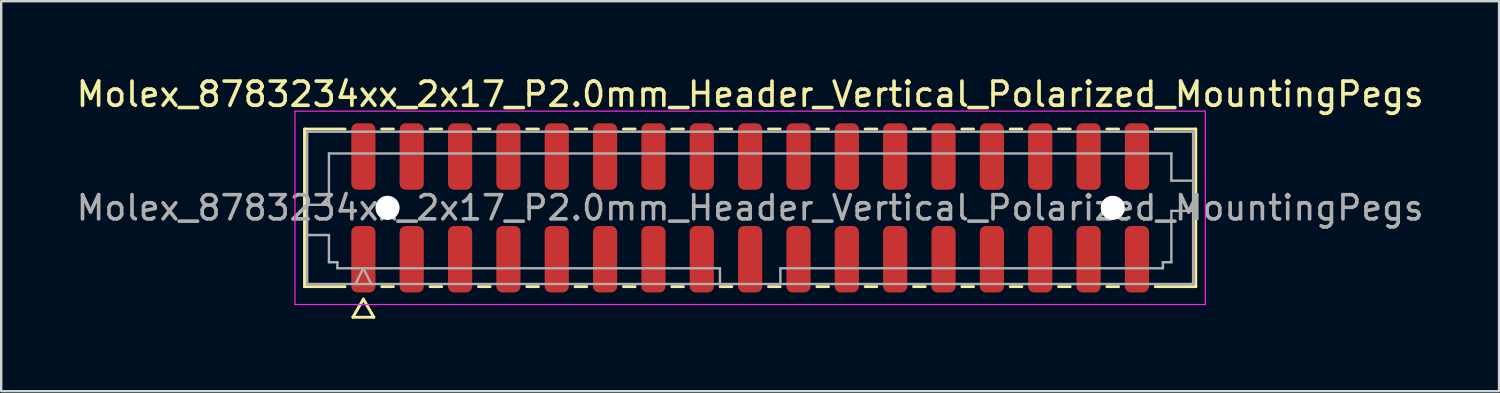
<source format=kicad_pcb>
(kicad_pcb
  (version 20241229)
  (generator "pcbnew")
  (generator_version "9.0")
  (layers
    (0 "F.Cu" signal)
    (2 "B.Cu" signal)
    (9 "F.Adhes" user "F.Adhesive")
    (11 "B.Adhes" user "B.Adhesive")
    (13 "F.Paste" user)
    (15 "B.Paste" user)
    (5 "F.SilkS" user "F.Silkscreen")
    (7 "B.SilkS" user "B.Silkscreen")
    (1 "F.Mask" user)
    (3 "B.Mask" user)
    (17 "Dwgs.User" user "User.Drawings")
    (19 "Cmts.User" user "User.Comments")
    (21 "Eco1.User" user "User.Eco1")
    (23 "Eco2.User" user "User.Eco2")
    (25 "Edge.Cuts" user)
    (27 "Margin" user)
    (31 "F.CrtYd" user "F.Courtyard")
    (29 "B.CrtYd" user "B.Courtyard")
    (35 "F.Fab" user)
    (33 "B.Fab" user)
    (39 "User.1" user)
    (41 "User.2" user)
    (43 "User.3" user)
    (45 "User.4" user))
  (footprint "Molex_8783234xx_2x17_P2.0mm_Header_Vertical_Polarized_MountingPegs"
    (layer "F.Cu")
    (at 27.982 5.548)
    (property "Reference" "Molex_8783234xx_2x17_P2.0mm_Header_Vertical_Polarized_MountingPegs" (at 0 -4.7 0) (layer "F.SilkS") (effects (font (size 1 1) (thickness 0.15))))
    (attr smd)
    (fp_line (start -18.435 -3.26) (end -16.76 -3.26) (stroke (width 0.12) (type solid)) (layer "F.SilkS"))
    (fp_line (start -18.435 3.26) (end -18.435 -3.26) (stroke (width 0.12) (type solid)) (layer "F.SilkS"))
    (fp_line (start -16.76 3.26) (end -18.435 3.26) (stroke (width 0.12) (type solid)) (layer "F.SilkS"))
    (fp_line (start -16.433 4.525) (end -16 3.775) (stroke (width 0.12) (type solid)) (layer "F.SilkS"))
    (fp_line (start -16 3.775) (end -15.567 4.525) (stroke (width 0.12) (type solid)) (layer "F.SilkS"))
    (fp_line (start -15.567 4.525) (end -16.433 4.525) (stroke (width 0.12) (type solid)) (layer "F.SilkS"))
    (fp_line (start -15.24 -3.26) (end -14.76 -3.26) (stroke (width 0.12) (type solid)) (layer "F.SilkS"))
    (fp_line (start -14.76 3.26) (end -15.24 3.26) (stroke (width 0.12) (type solid)) (layer "F.SilkS"))
    (fp_line (start -13.24 -3.26) (end -12.76 -3.26) (stroke (width 0.12) (type solid)) (layer "F.SilkS"))
    (fp_line (start -12.76 3.26) (end -13.24 3.26) (stroke (width 0.12) (type solid)) (layer "F.SilkS"))
    (fp_line (start -11.24 -3.26) (end -10.76 -3.26) (stroke (width 0.12) (type solid)) (layer "F.SilkS"))
    (fp_line (start -10.76 3.26) (end -11.24 3.26) (stroke (width 0.12) (type solid)) (layer "F.SilkS"))
    (fp_line (start -9.24 -3.26) (end -8.76 -3.26) (stroke (width 0.12) (type solid)) (layer "F.SilkS"))
    (fp_line (start -8.76 3.26) (end -9.24 3.26) (stroke (width 0.12) (type solid)) (layer "F.SilkS"))
    (fp_line (start -7.24 -3.26) (end -6.76 -3.26) (stroke (width 0.12) (type solid)) (layer "F.SilkS"))
    (fp_line (start -6.76 3.26) (end -7.24 3.26) (stroke (width 0.12) (type solid)) (layer "F.SilkS"))
    (fp_line (start -5.24 -3.26) (end -4.76 -3.26) (stroke (width 0.12) (type solid)) (layer "F.SilkS"))
    (fp_line (start -4.76 3.26) (end -5.24 3.26) (stroke (width 0.12) (type solid)) (layer "F.SilkS"))
    (fp_line (start -3.24 -3.26) (end -2.76 -3.26) (stroke (width 0.12) (type solid)) (layer "F.SilkS"))
    (fp_line (start -2.76 3.26) (end -3.24 3.26) (stroke (width 0.12) (type solid)) (layer "F.SilkS"))
    (fp_line (start -1.24 -3.26) (end -0.76 -3.26) (stroke (width 0.12) (type solid)) (layer "F.SilkS"))
    (fp_line (start -0.76 3.26) (end -1.24 3.26) (stroke (width 0.12) (type solid)) (layer "F.SilkS"))
    (fp_line (start 0.76 -3.26) (end 1.24 -3.26) (stroke (width 0.12) (type solid)) (layer "F.SilkS"))
    (fp_line (start 1.24 3.26) (end 0.76 3.26) (stroke (width 0.12) (type solid)) (layer "F.SilkS"))
    (fp_line (start 2.76 -3.26) (end 3.24 -3.26) (stroke (width 0.12) (type solid)) (layer "F.SilkS"))
    (fp_line (start 3.24 3.26) (end 2.76 3.26) (stroke (width 0.12) (type solid)) (layer "F.SilkS"))
    (fp_line (start 4.76 -3.26) (end 5.24 -3.26) (stroke (width 0.12) (type solid)) (layer "F.SilkS"))
    (fp_line (start 5.24 3.26) (end 4.76 3.26) (stroke (width 0.12) (type solid)) (layer "F.SilkS"))
    (fp_line (start 6.76 -3.26) (end 7.24 -3.26) (stroke (width 0.12) (type solid)) (layer "F.SilkS"))
    (fp_line (start 7.24 3.26) (end 6.76 3.26) (stroke (width 0.12) (type solid)) (layer "F.SilkS"))
    (fp_line (start 8.76 -3.26) (end 9.24 -3.26) (stroke (width 0.12) (type solid)) (layer "F.SilkS"))
    (fp_line (start 9.24 3.26) (end 8.76 3.26) (stroke (width 0.12) (type solid)) (layer "F.SilkS"))
    (fp_line (start 10.76 -3.26) (end 11.24 -3.26) (stroke (width 0.12) (type solid)) (layer "F.SilkS"))
    (fp_line (start 11.24 3.26) (end 10.76 3.26) (stroke (width 0.12) (type solid)) (layer "F.SilkS"))
    (fp_line (start 12.76 -3.26) (end 13.24 -3.26) (stroke (width 0.12) (type solid)) (layer "F.SilkS"))
    (fp_line (start 13.24 3.26) (end 12.76 3.26) (stroke (width 0.12) (type solid)) (layer "F.SilkS"))
    (fp_line (start 14.76 -3.26) (end 15.24 -3.26) (stroke (width 0.12) (type solid)) (layer "F.SilkS"))
    (fp_line (start 15.24 3.26) (end 14.76 3.26) (stroke (width 0.12) (type solid)) (layer "F.SilkS"))
    (fp_line (start 16.76 -3.26) (end 18.435 -3.26) (stroke (width 0.12) (type solid)) (layer "F.SilkS"))
    (fp_line (start 18.435 -3.26) (end 18.435 3.26) (stroke (width 0.12) (type solid)) (layer "F.SilkS"))
    (fp_line (start 18.435 3.26) (end 16.76 3.26) (stroke (width 0.12) (type solid)) (layer "F.SilkS"))
    (fp_line (start -18.83 -4) (end -18.83 4) (stroke (width 0.05) (type solid)) (layer "F.CrtYd"))
    (fp_line (start -18.83 4) (end 18.83 4) (stroke (width 0.05) (type solid)) (layer "F.CrtYd"))
    (fp_line (start 18.83 -4) (end -18.83 -4) (stroke (width 0.05) (type solid)) (layer "F.CrtYd"))
    (fp_line (start 18.83 4) (end 18.83 -4) (stroke (width 0.05) (type solid)) (layer "F.CrtYd"))
    (fp_line (start -18.325 -3.15) (end 18.325 -3.15) (stroke (width 0.1) (type solid)) (layer "F.Fab"))
    (fp_line (start -18.325 -0.125) (end -17.425 -0.125) (stroke (width 0.1) (type solid)) (layer "F.Fab"))
    (fp_line (start -18.325 1.125) (end -17.425 1.125) (stroke (width 0.1) (type solid)) (layer "F.Fab"))
    (fp_line (start -18.325 3.15) (end -18.325 -3.15) (stroke (width 0.1) (type solid)) (layer "F.Fab"))
    (fp_line (start -17.425 -2.25) (end 17.425 -2.25) (stroke (width 0.1) (type solid)) (layer "F.Fab"))
    (fp_line (start -17.425 -0.125) (end -17.425 -2.25) (stroke (width 0.1) (type solid)) (layer "F.Fab"))
    (fp_line (start -17.425 1.125) (end -17.425 2.25) (stroke (width 0.1) (type solid)) (layer "F.Fab"))
    (fp_line (start -17.425 2.25) (end -17.075 2.25) (stroke (width 0.1) (type solid)) (layer "F.Fab"))
    (fp_line (start -17.075 2.25) (end -17.075 2.5) (stroke (width 0.1) (type solid)) (layer "F.Fab"))
    (fp_line (start -17.075 2.5) (end -1.25 2.5) (stroke (width 0.1) (type solid)) (layer "F.Fab"))
    (fp_line (start -16.325 3.15) (end -16 2.5) (stroke (width 0.1) (type solid)) (layer "F.Fab"))
    (fp_line (start -16 2.5) (end -15.675 3.15) (stroke (width 0.1) (type solid)) (layer "F.Fab"))
    (fp_line (start -1.25 2.5) (end -1.25 3.15) (stroke (width 0.1) (type solid)) (layer "F.Fab"))
    (fp_line (start 1.25 2.5) (end 1.25 3.15) (stroke (width 0.1) (type solid)) (layer "F.Fab"))
    (fp_line (start 1.25 2.5) (end 17.075 2.5) (stroke (width 0.1) (type solid)) (layer "F.Fab"))
    (fp_line (start 17.075 2.25) (end 17.425 2.25) (stroke (width 0.1) (type solid)) (layer "F.Fab"))
    (fp_line (start 17.075 2.5) (end 17.075 2.25) (stroke (width 0.1) (type solid)) (layer "F.Fab"))
    (fp_line (start 17.425 -2.25) (end 17.425 -1.125) (stroke (width 0.1) (type solid)) (layer "F.Fab"))
    (fp_line (start 17.425 -1.125) (end 18.325 -1.125) (stroke (width 0.1) (type solid)) (layer "F.Fab"))
    (fp_line (start 17.425 0.125) (end 18.325 0.125) (stroke (width 0.1) (type solid)) (layer "F.Fab"))
    (fp_line (start 17.425 2.25) (end 17.425 0.125) (stroke (width 0.1) (type solid)) (layer "F.Fab"))
    (fp_line (start 18.325 -3.15) (end 18.325 3.15) (stroke (width 0.1) (type solid)) (layer "F.Fab"))
    (fp_line (start 18.325 3.15) (end -18.325 3.15) (stroke (width 0.1) (type solid)) (layer "F.Fab"))
    (fp_text user "${REFERENCE}" (at 0 0 0) (layer "F.Fab") (effects (font (size 1 1) (thickness 0.15))))
    (pad "" np_thru_hole circle (at -15 0) (size 1 1) (drill 1) (layers "*.Cu" "*.Mask"))
    (pad "" np_thru_hole circle (at 15 0) (size 1 1) (drill 1) (layers "*.Cu" "*.Mask"))
    (pad "1" smd roundrect (at -16 2.125) (size 1 2.75) (layers "F.Cu" "F.Mask" "F.Paste") (roundrect_rratio 0.25))
    (pad "2" smd roundrect (at -16 -2.125) (size 1 2.75) (layers "F.Cu" "F.Mask" "F.Paste") (roundrect_rratio 0.25))
    (pad "3" smd roundrect (at -14 2.125) (size 1 2.75) (layers "F.Cu" "F.Mask" "F.Paste") (roundrect_rratio 0.25))
    (pad "4" smd roundrect (at -14 -2.125) (size 1 2.75) (layers "F.Cu" "F.Mask" "F.Paste") (roundrect_rratio 0.25))
    (pad "5" smd roundrect (at -12 2.125) (size 1 2.75) (layers "F.Cu" "F.Mask" "F.Paste") (roundrect_rratio 0.25))
    (pad "6" smd roundrect (at -12 -2.125) (size 1 2.75) (layers "F.Cu" "F.Mask" "F.Paste") (roundrect_rratio 0.25))
    (pad "7" smd roundrect (at -10 2.125) (size 1 2.75) (layers "F.Cu" "F.Mask" "F.Paste") (roundrect_rratio 0.25))
    (pad "8" smd roundrect (at -10 -2.125) (size 1 2.75) (layers "F.Cu" "F.Mask" "F.Paste") (roundrect_rratio 0.25))
    (pad "9" smd roundrect (at -8 2.125) (size 1 2.75) (layers "F.Cu" "F.Mask" "F.Paste") (roundrect_rratio 0.25))
    (pad "10" smd roundrect (at -8 -2.125) (size 1 2.75) (layers "F.Cu" "F.Mask" "F.Paste") (roundrect_rratio 0.25))
    (pad "11" smd roundrect (at -6 2.125) (size 1 2.75) (layers "F.Cu" "F.Mask" "F.Paste") (roundrect_rratio 0.25))
    (pad "12" smd roundrect (at -6 -2.125) (size 1 2.75) (layers "F.Cu" "F.Mask" "F.Paste") (roundrect_rratio 0.25))
    (pad "13" smd roundrect (at -4 2.125) (size 1 2.75) (layers "F.Cu" "F.Mask" "F.Paste") (roundrect_rratio 0.25))
    (pad "14" smd roundrect (at -4 -2.125) (size 1 2.75) (layers "F.Cu" "F.Mask" "F.Paste") (roundrect_rratio 0.25))
    (pad "15" smd roundrect (at -2 2.125) (size 1 2.75) (layers "F.Cu" "F.Mask" "F.Paste") (roundrect_rratio 0.25))
    (pad "16" smd roundrect (at -2 -2.125) (size 1 2.75) (layers "F.Cu" "F.Mask" "F.Paste") (roundrect_rratio 0.25))
    (pad "17" smd roundrect (at 0 2.125) (size 1 2.75) (layers "F.Cu" "F.Mask" "F.Paste") (roundrect_rratio 0.25))
    (pad "18" smd roundrect (at 0 -2.125) (size 1 2.75) (layers "F.Cu" "F.Mask" "F.Paste") (roundrect_rratio 0.25))
    (pad "19" smd roundrect (at 2 2.125) (size 1 2.75) (layers "F.Cu" "F.Mask" "F.Paste") (roundrect_rratio 0.25))
    (pad "20" smd roundrect (at 2 -2.125) (size 1 2.75) (layers "F.Cu" "F.Mask" "F.Paste") (roundrect_rratio 0.25))
    (pad "21" smd roundrect (at 4 2.125) (size 1 2.75) (layers "F.Cu" "F.Mask" "F.Paste") (roundrect_rratio 0.25))
    (pad "22" smd roundrect (at 4 -2.125) (size 1 2.75) (layers "F.Cu" "F.Mask" "F.Paste") (roundrect_rratio 0.25))
    (pad "23" smd roundrect (at 6 2.125) (size 1 2.75) (layers "F.Cu" "F.Mask" "F.Paste") (roundrect_rratio 0.25))
    (pad "24" smd roundrect (at 6 -2.125) (size 1 2.75) (layers "F.Cu" "F.Mask" "F.Paste") (roundrect_rratio 0.25))
    (pad "25" smd roundrect (at 8 2.125) (size 1 2.75) (layers "F.Cu" "F.Mask" "F.Paste") (roundrect_rratio 0.25))
    (pad "26" smd roundrect (at 8 -2.125) (size 1 2.75) (layers "F.Cu" "F.Mask" "F.Paste") (roundrect_rratio 0.25))
    (pad "27" smd roundrect (at 10 2.125) (size 1 2.75) (layers "F.Cu" "F.Mask" "F.Paste") (roundrect_rratio 0.25))
    (pad "28" smd roundrect (at 10 -2.125) (size 1 2.75) (layers "F.Cu" "F.Mask" "F.Paste") (roundrect_rratio 0.25))
    (pad "29" smd roundrect (at 12 2.125) (size 1 2.75) (layers "F.Cu" "F.Mask" "F.Paste") (roundrect_rratio 0.25))
    (pad "30" smd roundrect (at 12 -2.125) (size 1 2.75) (layers "F.Cu" "F.Mask" "F.Paste") (roundrect_rratio 0.25))
    (pad "31" smd roundrect (at 14 2.125) (size 1 2.75) (layers "F.Cu" "F.Mask" "F.Paste") (roundrect_rratio 0.25))
    (pad "32" smd roundrect (at 14 -2.125) (size 1 2.75) (layers "F.Cu" "F.Mask" "F.Paste") (roundrect_rratio 0.25))
    (pad "33" smd roundrect (at 16 2.125) (size 1 2.75) (layers "F.Cu" "F.Mask" "F.Paste") (roundrect_rratio 0.25))
    (pad "34" smd roundrect (at 16 -2.125) (size 1 2.75) (layers "F.Cu" "F.Mask" "F.Paste") (roundrect_rratio 0.25)))
  (gr_rect
    (start -3 -3)
    (end 58.964 13.133)
    (stroke (width 0.1) (type default))
    (fill no)
    (layer "Edge.Cuts")))
</source>
